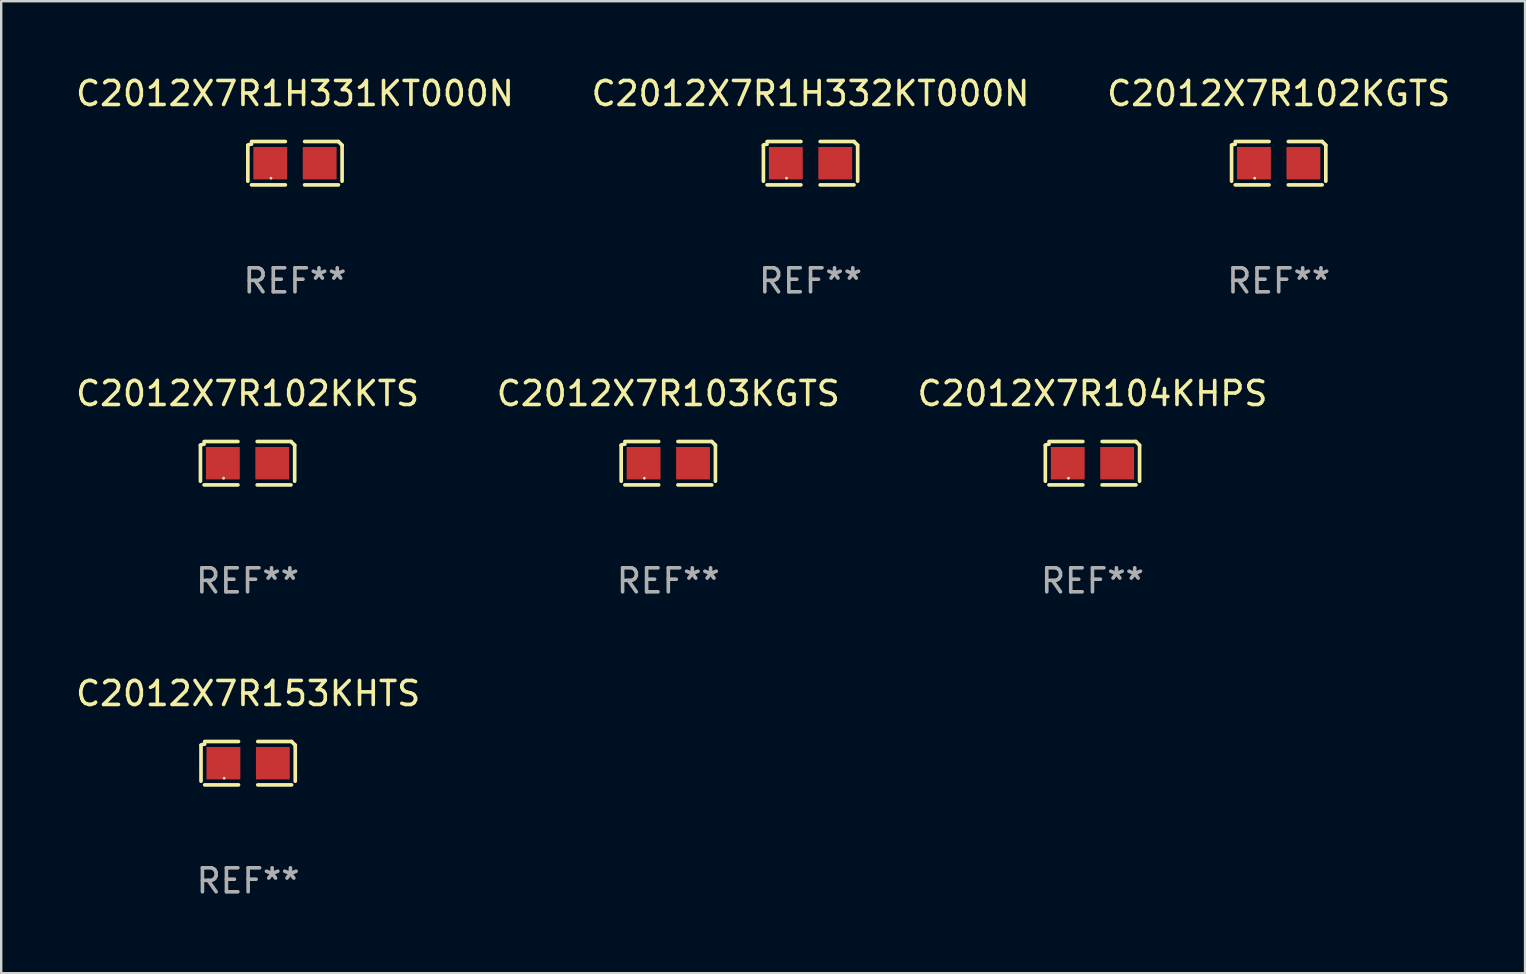
<source format=kicad_pcb>
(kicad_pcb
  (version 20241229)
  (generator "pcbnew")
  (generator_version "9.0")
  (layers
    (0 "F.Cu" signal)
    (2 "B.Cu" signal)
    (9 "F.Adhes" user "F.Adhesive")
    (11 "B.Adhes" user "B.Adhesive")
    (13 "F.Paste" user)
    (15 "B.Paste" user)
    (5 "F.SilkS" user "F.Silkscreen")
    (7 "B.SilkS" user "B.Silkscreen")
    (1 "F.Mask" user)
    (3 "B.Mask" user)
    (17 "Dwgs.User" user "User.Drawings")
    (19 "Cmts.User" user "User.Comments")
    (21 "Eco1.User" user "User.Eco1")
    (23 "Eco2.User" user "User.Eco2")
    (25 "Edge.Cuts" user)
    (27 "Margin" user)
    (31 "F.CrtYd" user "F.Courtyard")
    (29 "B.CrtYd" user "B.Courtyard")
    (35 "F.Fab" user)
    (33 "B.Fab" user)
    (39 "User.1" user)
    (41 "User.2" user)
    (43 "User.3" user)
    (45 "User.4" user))
  (footprint "C2012X7R102KKTS"
    (layer "F.Cu")
    (at 7.268 16.256)
    (property "Reference" "C2012X7R102KKTS" (at 0 -2.904 0) (layer "F.SilkS") (effects (font (size 1 1) (thickness 0.15))))
    (attr through_hole)
    (fp_line (start -1.964 0.751) (end -1.964 -0.751) (stroke (width 0.152) (type solid)) (layer "F.SilkS"))
    (fp_line (start -1.811 -0.904) (end -0.401 -0.904) (stroke (width 0.152) (type solid)) (layer "F.SilkS"))
    (fp_line (start -0.401 0.904) (end -1.811 0.904) (stroke (width 0.152) (type solid)) (layer "F.SilkS"))
    (fp_line (start 0.401 0.904) (end 1.811 0.904) (stroke (width 0.152) (type solid)) (layer "F.SilkS"))
    (fp_line (start 1.811 -0.904) (end 0.401 -0.904) (stroke (width 0.152) (type solid)) (layer "F.SilkS"))
    (fp_line (start 1.964 0.751) (end 1.964 -0.751) (stroke (width 0.152) (type solid)) (layer "F.SilkS"))
    (fp_arc (start -1.963602 -0.751207) (mid -1.890354 -0.783131) (end -1.811201 -0.794044) (stroke (width 0.1524) (type solid)) (layer "F.SilkS"))
    (fp_arc (start 1.811202 -0.903607) (mid 1.887413 -0.827418) (end 1.963602 -0.751207) (stroke (width 0.1524) (type solid)) (layer "F.SilkS"))
    (fp_circle (center -1 0.625) (end -0.97 0.625) (stroke (width 0.06) (type solid)) (fill no) (layer "F.SilkS"))
    (fp_text user "REF**" (at 0 4.904 0) (layer "F.Fab") (effects (font (size 1 1) (thickness 0.15))))
    (pad "1" smd rect (at -1.03 0) (size 1.41 1.35) (layers "F.Cu" "F.Mask" "F.Paste"))
    (pad "2" smd rect (at 1.03 0) (size 1.41 1.35) (layers "F.Cu" "F.Mask" "F.Paste")))
  (footprint "C2012X7R153KHTS"
    (layer "F.Cu")
    (at 7.292 28.759)
    (property "Reference" "C2012X7R153KHTS" (at 0 -2.904 0) (layer "F.SilkS") (effects (font (size 1 1) (thickness 0.15))))
    (attr through_hole)
    (fp_line (start -1.964 0.751) (end -1.964 -0.751) (stroke (width 0.152) (type solid)) (layer "F.SilkS"))
    (fp_line (start -1.811 -0.904) (end -0.401 -0.904) (stroke (width 0.152) (type solid)) (layer "F.SilkS"))
    (fp_line (start -0.401 0.904) (end -1.811 0.904) (stroke (width 0.152) (type solid)) (layer "F.SilkS"))
    (fp_line (start 0.401 0.904) (end 1.811 0.904) (stroke (width 0.152) (type solid)) (layer "F.SilkS"))
    (fp_line (start 1.811 -0.904) (end 0.401 -0.904) (stroke (width 0.152) (type solid)) (layer "F.SilkS"))
    (fp_line (start 1.964 0.751) (end 1.964 -0.751) (stroke (width 0.152) (type solid)) (layer "F.SilkS"))
    (fp_arc (start -1.963602 -0.751207) (mid -1.890354 -0.783131) (end -1.811201 -0.794044) (stroke (width 0.1524) (type solid)) (layer "F.SilkS"))
    (fp_arc (start 1.811202 -0.903607) (mid 1.887413 -0.827418) (end 1.963602 -0.751207) (stroke (width 0.1524) (type solid)) (layer "F.SilkS"))
    (fp_circle (center -1 0.625) (end -0.97 0.625) (stroke (width 0.06) (type solid)) (fill no) (layer "F.SilkS"))
    (fp_text user "REF**" (at 0 4.904 0) (layer "F.Fab") (effects (font (size 1 1) (thickness 0.15))))
    (pad "1" smd rect (at -1.03 0) (size 1.41 1.35) (layers "F.Cu" "F.Mask" "F.Paste"))
    (pad "2" smd rect (at 1.03 0) (size 1.41 1.35) (layers "F.Cu" "F.Mask" "F.Paste")))
  (footprint "C2012X7R1H332KT000N"
    (layer "F.Cu")
    (at 30.732 3.752)
    (property "Reference" "C2012X7R1H332KT000N" (at 0 -2.904 0) (layer "F.SilkS") (effects (font (size 1 1) (thickness 0.15))))
    (attr through_hole)
    (fp_line (start -1.964 0.751) (end -1.964 -0.751) (stroke (width 0.152) (type solid)) (layer "F.SilkS"))
    (fp_line (start -1.811 -0.904) (end -0.401 -0.904) (stroke (width 0.152) (type solid)) (layer "F.SilkS"))
    (fp_line (start -0.401 0.904) (end -1.811 0.904) (stroke (width 0.152) (type solid)) (layer "F.SilkS"))
    (fp_line (start 0.401 0.904) (end 1.811 0.904) (stroke (width 0.152) (type solid)) (layer "F.SilkS"))
    (fp_line (start 1.811 -0.904) (end 0.401 -0.904) (stroke (width 0.152) (type solid)) (layer "F.SilkS"))
    (fp_line (start 1.964 0.751) (end 1.964 -0.751) (stroke (width 0.152) (type solid)) (layer "F.SilkS"))
    (fp_arc (start -1.963602 -0.751207) (mid -1.890354 -0.783131) (end -1.811201 -0.794044) (stroke (width 0.1524) (type solid)) (layer "F.SilkS"))
    (fp_arc (start 1.811202 -0.903607) (mid 1.887413 -0.827418) (end 1.963602 -0.751207) (stroke (width 0.1524) (type solid)) (layer "F.SilkS"))
    (fp_circle (center -1 0.625) (end -0.97 0.625) (stroke (width 0.06) (type solid)) (fill no) (layer "F.SilkS"))
    (fp_text user "REF**" (at 0 4.904 0) (layer "F.Fab") (effects (font (size 1 1) (thickness 0.15))))
    (pad "1" smd rect (at -1.03 0) (size 1.41 1.35) (layers "F.Cu" "F.Mask" "F.Paste"))
    (pad "2" smd rect (at 1.03 0) (size 1.41 1.35) (layers "F.Cu" "F.Mask" "F.Paste")))
  (footprint "C2012X7R102KGTS"
    (layer "F.Cu")
    (at 50.244 3.752)
    (property "Reference" "C2012X7R102KGTS" (at 0 -2.904 0) (layer "F.SilkS") (effects (font (size 1 1) (thickness 0.15))))
    (attr through_hole)
    (fp_line (start -1.964 0.751) (end -1.964 -0.751) (stroke (width 0.152) (type solid)) (layer "F.SilkS"))
    (fp_line (start -1.811 -0.904) (end -0.401 -0.904) (stroke (width 0.152) (type solid)) (layer "F.SilkS"))
    (fp_line (start -0.401 0.904) (end -1.811 0.904) (stroke (width 0.152) (type solid)) (layer "F.SilkS"))
    (fp_line (start 0.401 0.904) (end 1.811 0.904) (stroke (width 0.152) (type solid)) (layer "F.SilkS"))
    (fp_line (start 1.811 -0.904) (end 0.401 -0.904) (stroke (width 0.152) (type solid)) (layer "F.SilkS"))
    (fp_line (start 1.964 0.751) (end 1.964 -0.751) (stroke (width 0.152) (type solid)) (layer "F.SilkS"))
    (fp_arc (start -1.963602 -0.751207) (mid -1.890354 -0.783131) (end -1.811201 -0.794044) (stroke (width 0.1524) (type solid)) (layer "F.SilkS"))
    (fp_arc (start 1.811202 -0.903607) (mid 1.887413 -0.827418) (end 1.963602 -0.751207) (stroke (width 0.1524) (type solid)) (layer "F.SilkS"))
    (fp_circle (center -1 0.625) (end -0.97 0.625) (stroke (width 0.06) (type solid)) (fill no) (layer "F.SilkS"))
    (fp_text user "REF**" (at 0 4.904 0) (layer "F.Fab") (effects (font (size 1 1) (thickness 0.15))))
    (pad "1" smd rect (at -1.03 0) (size 1.41 1.35) (layers "F.Cu" "F.Mask" "F.Paste"))
    (pad "2" smd rect (at 1.03 0) (size 1.41 1.35) (layers "F.Cu" "F.Mask" "F.Paste")))
  (footprint "C2012X7R103KGTS"
    (layer "F.Cu")
    (at 24.804 16.256)
    (property "Reference" "C2012X7R103KGTS" (at 0 -2.904 0) (layer "F.SilkS") (effects (font (size 1 1) (thickness 0.15))))
    (attr through_hole)
    (fp_line (start -1.964 0.751) (end -1.964 -0.751) (stroke (width 0.152) (type solid)) (layer "F.SilkS"))
    (fp_line (start -1.811 -0.904) (end -0.401 -0.904) (stroke (width 0.152) (type solid)) (layer "F.SilkS"))
    (fp_line (start -0.401 0.904) (end -1.811 0.904) (stroke (width 0.152) (type solid)) (layer "F.SilkS"))
    (fp_line (start 0.401 0.904) (end 1.811 0.904) (stroke (width 0.152) (type solid)) (layer "F.SilkS"))
    (fp_line (start 1.811 -0.904) (end 0.401 -0.904) (stroke (width 0.152) (type solid)) (layer "F.SilkS"))
    (fp_line (start 1.964 0.751) (end 1.964 -0.751) (stroke (width 0.152) (type solid)) (layer "F.SilkS"))
    (fp_arc (start -1.963602 -0.751207) (mid -1.890354 -0.783131) (end -1.811201 -0.794044) (stroke (width 0.1524) (type solid)) (layer "F.SilkS"))
    (fp_arc (start 1.811202 -0.903607) (mid 1.887413 -0.827418) (end 1.963602 -0.751207) (stroke (width 0.1524) (type solid)) (layer "F.SilkS"))
    (fp_circle (center -1 0.625) (end -0.97 0.625) (stroke (width 0.06) (type solid)) (fill no) (layer "F.SilkS"))
    (fp_text user "REF**" (at 0 4.904 0) (layer "F.Fab") (effects (font (size 1 1) (thickness 0.15))))
    (pad "1" smd rect (at -1.03 0) (size 1.41 1.35) (layers "F.Cu" "F.Mask" "F.Paste"))
    (pad "2" smd rect (at 1.03 0) (size 1.41 1.35) (layers "F.Cu" "F.Mask" "F.Paste")))
  (footprint "C2012X7R1H331KT000N"
    (layer "F.Cu")
    (at 9.244 3.752)
    (property "Reference" "C2012X7R1H331KT000N" (at 0 -2.904 0) (layer "F.SilkS") (effects (font (size 1 1) (thickness 0.15))))
    (attr through_hole)
    (fp_line (start -1.964 0.751) (end -1.964 -0.751) (stroke (width 0.152) (type solid)) (layer "F.SilkS"))
    (fp_line (start -1.811 -0.904) (end -0.401 -0.904) (stroke (width 0.152) (type solid)) (layer "F.SilkS"))
    (fp_line (start -0.401 0.904) (end -1.811 0.904) (stroke (width 0.152) (type solid)) (layer "F.SilkS"))
    (fp_line (start 0.401 0.904) (end 1.811 0.904) (stroke (width 0.152) (type solid)) (layer "F.SilkS"))
    (fp_line (start 1.811 -0.904) (end 0.401 -0.904) (stroke (width 0.152) (type solid)) (layer "F.SilkS"))
    (fp_line (start 1.964 0.751) (end 1.964 -0.751) (stroke (width 0.152) (type solid)) (layer "F.SilkS"))
    (fp_arc (start -1.963602 -0.751207) (mid -1.890354 -0.783131) (end -1.811201 -0.794044) (stroke (width 0.1524) (type solid)) (layer "F.SilkS"))
    (fp_arc (start 1.811202 -0.903607) (mid 1.887413 -0.827418) (end 1.963602 -0.751207) (stroke (width 0.1524) (type solid)) (layer "F.SilkS"))
    (fp_circle (center -1 0.625) (end -0.97 0.625) (stroke (width 0.06) (type solid)) (fill no) (layer "F.SilkS"))
    (fp_text user "REF**" (at 0 4.904 0) (layer "F.Fab") (effects (font (size 1 1) (thickness 0.15))))
    (pad "1" smd rect (at -1.03 0) (size 1.41 1.35) (layers "F.Cu" "F.Mask" "F.Paste"))
    (pad "2" smd rect (at 1.03 0) (size 1.41 1.35) (layers "F.Cu" "F.Mask" "F.Paste")))
  (footprint "C2012X7R104KHPS"
    (layer "F.Cu")
    (at 42.482 16.256)
    (property "Reference" "C2012X7R104KHPS" (at 0 -2.904 0) (layer "F.SilkS") (effects (font (size 1 1) (thickness 0.15))))
    (attr through_hole)
    (fp_line (start -1.964 0.751) (end -1.964 -0.751) (stroke (width 0.152) (type solid)) (layer "F.SilkS"))
    (fp_line (start -1.811 -0.904) (end -0.401 -0.904) (stroke (width 0.152) (type solid)) (layer "F.SilkS"))
    (fp_line (start -0.401 0.904) (end -1.811 0.904) (stroke (width 0.152) (type solid)) (layer "F.SilkS"))
    (fp_line (start 0.401 0.904) (end 1.811 0.904) (stroke (width 0.152) (type solid)) (layer "F.SilkS"))
    (fp_line (start 1.811 -0.904) (end 0.401 -0.904) (stroke (width 0.152) (type solid)) (layer "F.SilkS"))
    (fp_line (start 1.964 0.751) (end 1.964 -0.751) (stroke (width 0.152) (type solid)) (layer "F.SilkS"))
    (fp_arc (start -1.963602 -0.751207) (mid -1.890354 -0.783131) (end -1.811201 -0.794044) (stroke (width 0.1524) (type solid)) (layer "F.SilkS"))
    (fp_arc (start 1.811202 -0.903607) (mid 1.887413 -0.827418) (end 1.963602 -0.751207) (stroke (width 0.1524) (type solid)) (layer "F.SilkS"))
    (fp_circle (center -1 0.625) (end -0.97 0.625) (stroke (width 0.06) (type solid)) (fill no) (layer "F.SilkS"))
    (fp_text user "REF**" (at 0 4.904 0) (layer "F.Fab") (effects (font (size 1 1) (thickness 0.15))))
    (pad "1" smd rect (at -1.03 0) (size 1.41 1.35) (layers "F.Cu" "F.Mask" "F.Paste"))
    (pad "2" smd rect (at 1.03 0) (size 1.41 1.35) (layers "F.Cu" "F.Mask" "F.Paste")))
  (gr_rect
    (start -3 -3)
    (end 60.512 37.511)
    (stroke (width 0.1) (type default))
    (fill no)
    (layer "Edge.Cuts")))
</source>
